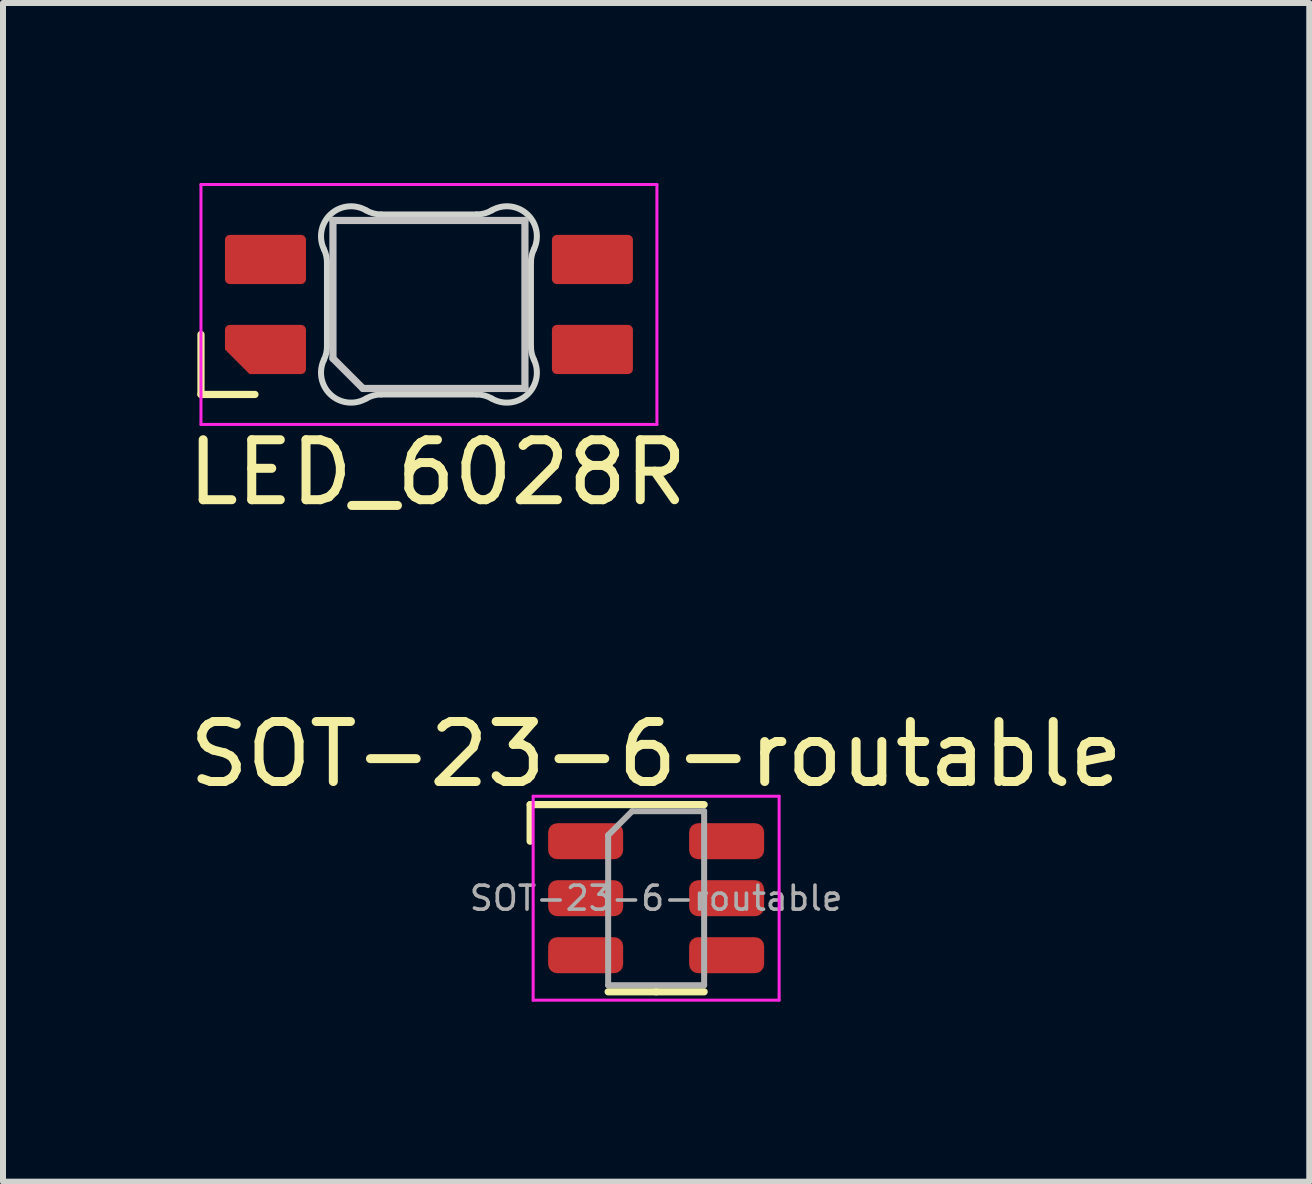
<source format=kicad_pcb>
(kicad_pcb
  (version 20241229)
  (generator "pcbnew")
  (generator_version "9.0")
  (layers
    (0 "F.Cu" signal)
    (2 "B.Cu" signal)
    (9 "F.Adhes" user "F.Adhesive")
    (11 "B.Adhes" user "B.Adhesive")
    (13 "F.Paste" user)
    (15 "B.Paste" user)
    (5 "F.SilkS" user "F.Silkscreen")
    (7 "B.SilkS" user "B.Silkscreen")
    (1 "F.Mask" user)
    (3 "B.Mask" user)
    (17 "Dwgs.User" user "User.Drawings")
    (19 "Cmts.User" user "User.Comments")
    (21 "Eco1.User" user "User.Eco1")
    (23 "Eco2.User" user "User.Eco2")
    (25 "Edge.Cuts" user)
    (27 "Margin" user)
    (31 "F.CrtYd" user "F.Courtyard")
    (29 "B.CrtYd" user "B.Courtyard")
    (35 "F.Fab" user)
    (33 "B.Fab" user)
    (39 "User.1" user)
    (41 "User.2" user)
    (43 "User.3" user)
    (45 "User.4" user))
  (footprint "LED_6028R"
    (layer "F.Cu")
    (at 4.1 2.025)
    (property "Reference" "LED_6028R" (at -4.1 2.8 0) (layer "F.SilkS") (effects (font (size 1 1) (thickness 0.15)) (justify left)))
    (attr smd)
    (fp_line (start -3.8 0.5) (end -3.8 1.5) (stroke (width 0.12) (type solid)) (layer "F.SilkS"))
    (fp_line (start -3.8 1.5) (end -2.9 1.5) (stroke (width 0.12) (type solid)) (layer "F.SilkS"))
    (fp_line (start -1.6 -1.4) (end 1.6 -1.4) (stroke (width 0.12) (type solid)) (layer "Dwgs.User"))
    (fp_line (start -1.6 0.9) (end -1.6 -1.4) (stroke (width 0.12) (type solid)) (layer "Dwgs.User"))
    (fp_line (start -1.6 0.9) (end -1.1 1.4) (stroke (width 0.12) (type solid)) (layer "Dwgs.User"))
    (fp_line (start 1.6 -1.4) (end 1.6 1.4) (stroke (width 0.12) (type solid)) (layer "Dwgs.User"))
    (fp_line (start 1.6 1.4) (end -1.1 1.4) (stroke (width 0.12) (type solid)) (layer "Dwgs.User"))
    (fp_line (start -1.7 -0.703) (end -1.7 0.703) (stroke (width 0.1) (type solid)) (layer "Edge.Cuts"))
    (fp_line (start -0.794 1.5) (end 0.794 1.5) (stroke (width 0.1) (type solid)) (layer "Edge.Cuts"))
    (fp_line (start 0.794 -1.5) (end -0.794 -1.5) (stroke (width 0.1) (type solid)) (layer "Edge.Cuts"))
    (fp_line (start 1.7 0.703) (end 1.7 -0.703) (stroke (width 0.1) (type solid)) (layer "Edge.Cuts"))
    (fp_arc (start -1.749484 -0.919721) (mid -1.712527 -0.814069) (end -1.699999 -0.702844) (stroke (width 0.1) (type solid)) (layer "Edge.Cuts"))
    (fp_arc (start -1.749484 -0.919721) (mid -1.638071 -1.504036) (end -1.046711 -1.568299) (stroke (width 0.1) (type solid)) (layer "Edge.Cuts"))
    (fp_arc (start -1.699999 0.702841) (mid -1.712527 0.814067) (end -1.749484 0.919719) (stroke (width 0.1) (type solid)) (layer "Edge.Cuts"))
    (fp_arc (start -1.046711 1.568298) (mid -1.638072 1.504034) (end -1.749484 0.919718) (stroke (width 0.1) (type solid)) (layer "Edge.Cuts"))
    (fp_arc (start -1.046711 1.568298) (mid -0.925123 1.517376) (end -0.794452 1.499999) (stroke (width 0.1) (type solid)) (layer "Edge.Cuts"))
    (fp_arc (start -0.794453 -1.5) (mid -0.925123 -1.517377) (end -1.046711 -1.568299) (stroke (width 0.1) (type solid)) (layer "Edge.Cuts"))
    (fp_arc (start 0.794452 1.499999) (mid 0.925122 1.517376) (end 1.04671 1.568298) (stroke (width 0.1) (type solid)) (layer "Edge.Cuts"))
    (fp_arc (start 1.046711 -1.5683) (mid 0.925123 -1.517378) (end 0.794453 -1.500001) (stroke (width 0.1) (type solid)) (layer "Edge.Cuts"))
    (fp_arc (start 1.046711 -1.5683) (mid 1.638071 -1.504036) (end 1.749484 -0.919721) (stroke (width 0.1) (type solid)) (layer "Edge.Cuts"))
    (fp_arc (start 1.699999 -0.702843) (mid 1.712527 -0.814069) (end 1.749484 -0.919721) (stroke (width 0.1) (type solid)) (layer "Edge.Cuts"))
    (fp_arc (start 1.749484 0.919719) (mid 1.63807 1.504033) (end 1.046711 1.568296) (stroke (width 0.1) (type solid)) (layer "Edge.Cuts"))
    (fp_arc (start 1.749484 0.919719) (mid 1.712527 0.814067) (end 1.699999 0.702842) (stroke (width 0.1) (type solid)) (layer "Edge.Cuts"))
    (fp_line (start -3.8 -2) (end 3.8 -2) (stroke (width 0.05) (type solid)) (layer "F.CrtYd"))
    (fp_line (start -3.8 2) (end -3.8 -2) (stroke (width 0.05) (type solid)) (layer "F.CrtYd"))
    (fp_line (start 3.8 -2) (end 3.8 2) (stroke (width 0.05) (type solid)) (layer "F.CrtYd"))
    (fp_line (start 3.8 2) (end -3.8 2) (stroke (width 0.05) (type solid)) (layer "F.CrtYd"))
    (pad "1" smd roundrect (at 2.725 -0.75 90) (size 0.82 1.35) (layers "F.Cu" "F.Mask" "F.Paste") (roundrect_rratio 0.1))
    (pad "2" smd roundrect (at 2.725 0.75 90) (size 0.82 1.35) (layers "F.Cu" "F.Mask" "F.Paste") (roundrect_rratio 0.1))
    (pad "3" smd roundrect (at -2.725 -0.75 90) (size 0.82 1.35) (layers "F.Cu" "F.Mask" "F.Paste") (roundrect_rratio 0.1))
    (pad "4" smd roundrect (at -2.725 0.75 90) (size 0.82 1.35) (layers "F.Cu" "F.Mask" "F.Paste") (roundrect_rratio 0.1) (chamfer_ratio 0.5) (chamfer top_left)))
  (footprint "SOT-23-6-routable"
    (layer "F.Cu")
    (at 7.887 11.922)
    (property "Reference" "SOT-23-6-routable" (at 0 -2.4 0) (layer "F.SilkS") (effects (font (size 1 1) (thickness 0.15))))
    (attr smd)
    (fp_line (start -2.1 -1.56) (end 0.8 -1.56) (stroke (width 0.12) (type solid)) (layer "F.SilkS"))
    (fp_line (start -2.1 -0.95) (end -2.1 -1.56) (stroke (width 0.12) (type solid)) (layer "F.SilkS"))
    (fp_line (start 0 1.56) (end -0.8 1.56) (stroke (width 0.12) (type solid)) (layer "F.SilkS"))
    (fp_line (start 0 1.56) (end 0.8 1.56) (stroke (width 0.12) (type solid)) (layer "F.SilkS"))
    (fp_line (start -2.05 -1.7) (end -2.05 1.7) (stroke (width 0.05) (type solid)) (layer "F.CrtYd"))
    (fp_line (start -2.05 1.7) (end 2.05 1.7) (stroke (width 0.05) (type solid)) (layer "F.CrtYd"))
    (fp_line (start 2.05 -1.7) (end -2.05 -1.7) (stroke (width 0.05) (type solid)) (layer "F.CrtYd"))
    (fp_line (start 2.05 1.7) (end 2.05 -1.7) (stroke (width 0.05) (type solid)) (layer "F.CrtYd"))
    (fp_line (start -0.8 -1.05) (end -0.4 -1.45) (stroke (width 0.1) (type solid)) (layer "F.Fab"))
    (fp_line (start -0.8 1.45) (end -0.8 -1.05) (stroke (width 0.1) (type solid)) (layer "F.Fab"))
    (fp_line (start -0.4 -1.45) (end 0.8 -1.45) (stroke (width 0.1) (type solid)) (layer "F.Fab"))
    (fp_line (start 0.8 -1.45) (end 0.8 1.45) (stroke (width 0.1) (type solid)) (layer "F.Fab"))
    (fp_line (start 0.8 1.45) (end -0.8 1.45) (stroke (width 0.1) (type solid)) (layer "F.Fab"))
    (fp_text user "${REFERENCE}" (at 0 0 0) (layer "F.Fab") (effects (font (size 0.4 0.4) (thickness 0.06))))
    (pad "1" smd roundrect (at -1.175 -0.95) (size 1.25 0.6) (layers "F.Cu" "F.Mask" "F.Paste") (roundrect_rratio 0.25))
    (pad "2" smd roundrect (at -1.175 0) (size 1.25 0.6) (layers "F.Cu" "F.Mask" "F.Paste") (roundrect_rratio 0.25))
    (pad "3" smd roundrect (at -1.175 0.95) (size 1.25 0.6) (layers "F.Cu" "F.Mask" "F.Paste") (roundrect_rratio 0.25))
    (pad "4" smd roundrect (at 1.175 0.95) (size 1.25 0.6) (layers "F.Cu" "F.Mask" "F.Paste") (roundrect_rratio 0.25))
    (pad "5" smd roundrect (at 1.175 0) (size 1.25 0.6) (layers "F.Cu" "F.Mask" "F.Paste") (roundrect_rratio 0.25))
    (pad "6" smd roundrect (at 1.175 -0.95) (size 1.25 0.6) (layers "F.Cu" "F.Mask" "F.Paste") (roundrect_rratio 0.25)))
  (gr_rect
    (start -3 -3)
    (end 18.774 16.647)
    (stroke (width 0.1) (type default))
    (fill no)
    (layer "Edge.Cuts")))
</source>
